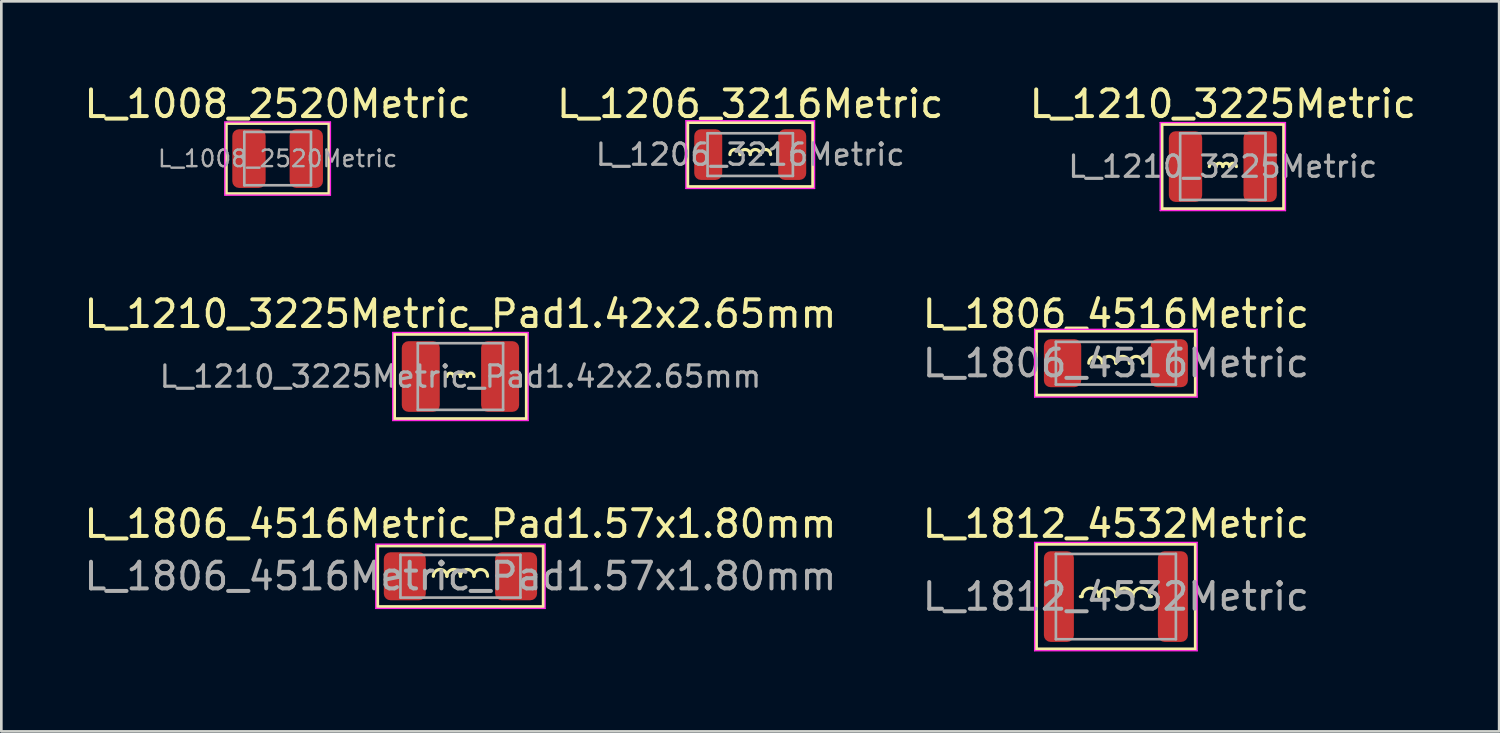
<source format=kicad_pcb>
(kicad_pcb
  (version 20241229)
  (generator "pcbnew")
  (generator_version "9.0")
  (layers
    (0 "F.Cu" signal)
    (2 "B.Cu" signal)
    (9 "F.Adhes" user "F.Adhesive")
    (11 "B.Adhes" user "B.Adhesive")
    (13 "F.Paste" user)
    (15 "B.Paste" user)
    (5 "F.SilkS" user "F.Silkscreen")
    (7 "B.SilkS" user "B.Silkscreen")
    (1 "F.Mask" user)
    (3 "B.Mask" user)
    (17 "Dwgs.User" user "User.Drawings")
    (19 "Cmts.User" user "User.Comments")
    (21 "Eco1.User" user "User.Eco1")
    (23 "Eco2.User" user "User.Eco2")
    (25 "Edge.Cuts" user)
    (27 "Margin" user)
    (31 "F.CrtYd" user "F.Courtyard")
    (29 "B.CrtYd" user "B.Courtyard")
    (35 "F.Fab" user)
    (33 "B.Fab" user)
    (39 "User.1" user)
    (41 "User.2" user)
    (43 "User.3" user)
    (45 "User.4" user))
  (footprint "L_1206_3216Metric"
    (layer "F.Cu")
    (at 25.089 2.748)
    (property "Reference" "L_1206_3216Metric" (at 0 -1.9 0) (layer "F.SilkS") (effects (font (size 1 1) (thickness 0.15))))
    (attr smd)
    (fp_line (start -2.349 -1.206) (end 2.349 -1.206) (stroke (width 0.12) (type solid)) (layer "F.SilkS"))
    (fp_line (start -2.349 1.206) (end -2.349 -1.206) (stroke (width 0.12) (type solid)) (layer "F.SilkS"))
    (fp_line (start 2.349 -1.206) (end 2.349 1.206) (stroke (width 0.12) (type solid)) (layer "F.SilkS"))
    (fp_line (start 2.349 1.206) (end -2.349 1.206) (stroke (width 0.12) (type solid)) (layer "F.SilkS"))
    (fp_arc (start -0.762 0) (mid -0.5715 -0.1905) (end -0.381 0) (stroke (width 0.12) (type solid)) (layer "F.SilkS"))
    (fp_arc (start -0.381 0) (mid -0.1905 -0.1905) (end 0 0) (stroke (width 0.12) (type solid)) (layer "F.SilkS"))
    (fp_arc (start 0 0) (mid 0.1905 -0.1905) (end 0.381 0) (stroke (width 0.12) (type solid)) (layer "F.SilkS"))
    (fp_arc (start 0.381 0) (mid 0.5715 -0.1905) (end 0.762 0) (stroke (width 0.12) (type solid)) (layer "F.SilkS"))
    (fp_line (start -2.413 -1.27) (end 2.413 -1.27) (stroke (width 0.05) (type solid)) (layer "F.CrtYd"))
    (fp_line (start -2.413 1.27) (end -2.413 -1.27) (stroke (width 0.05) (type solid)) (layer "F.CrtYd"))
    (fp_line (start 2.413 -1.27) (end 2.413 1.27) (stroke (width 0.05) (type solid)) (layer "F.CrtYd"))
    (fp_line (start 2.413 1.27) (end -2.413 1.27) (stroke (width 0.05) (type solid)) (layer "F.CrtYd"))
    (fp_line (start -1.6 -0.8) (end 1.6 -0.8) (stroke (width 0.1) (type solid)) (layer "F.Fab"))
    (fp_line (start -1.6 0.8) (end -1.6 -0.8) (stroke (width 0.1) (type solid)) (layer "F.Fab"))
    (fp_line (start 1.6 -0.8) (end 1.6 0.8) (stroke (width 0.1) (type solid)) (layer "F.Fab"))
    (fp_line (start 1.6 0.8) (end -1.6 0.8) (stroke (width 0.1) (type solid)) (layer "F.Fab"))
    (fp_text user "${REFERENCE}" (at 0 0 0) (layer "F.Fab") (effects (font (size 0.8 0.8) (thickness 0.12))))
    (pad "1" smd roundrect (at -1.575 0) (size 1.05 1.9) (layers "F.Cu" "F.Mask" "F.Paste") (roundrect_rratio 0.238))
    (pad "2" smd roundrect (at 1.575 0) (size 1.05 1.9) (layers "F.Cu" "F.Mask" "F.Paste") (roundrect_rratio 0.238)))
  (footprint "L_1806_4516Metric"
    (layer "F.Cu")
    (at 38.804 10.572)
    (property "Reference" "L_1806_4516Metric" (at 0 -1.85 0) (layer "F.SilkS") (effects (font (size 1 1) (thickness 0.15))))
    (attr smd)
    (fp_line (start -2.985 -1.206) (end 2.985 -1.206) (stroke (width 0.12) (type solid)) (layer "F.SilkS"))
    (fp_line (start -2.985 1.206) (end -2.985 -1.206) (stroke (width 0.12) (type solid)) (layer "F.SilkS"))
    (fp_line (start 2.985 -1.206) (end 2.985 1.206) (stroke (width 0.12) (type solid)) (layer "F.SilkS"))
    (fp_line (start 2.985 1.206) (end -2.985 1.206) (stroke (width 0.12) (type solid)) (layer "F.SilkS"))
    (fp_arc (start -1.016 0) (mid -0.762 -0.254) (end -0.508 0) (stroke (width 0.12) (type solid)) (layer "F.SilkS"))
    (fp_arc (start -0.508 0) (mid -0.254 -0.254) (end 0 0) (stroke (width 0.12) (type solid)) (layer "F.SilkS"))
    (fp_arc (start 0 0) (mid 0.254 -0.254) (end 0.508 0) (stroke (width 0.12) (type solid)) (layer "F.SilkS"))
    (fp_arc (start 0.508 0) (mid 0.762 -0.254) (end 1.016 0) (stroke (width 0.12) (type solid)) (layer "F.SilkS"))
    (fp_line (start -3.048 -1.27) (end 3.048 -1.27) (stroke (width 0.05) (type solid)) (layer "F.CrtYd"))
    (fp_line (start -3.048 1.27) (end -3.048 -1.27) (stroke (width 0.05) (type solid)) (layer "F.CrtYd"))
    (fp_line (start 3.048 -1.27) (end 3.048 1.27) (stroke (width 0.05) (type solid)) (layer "F.CrtYd"))
    (fp_line (start 3.048 1.27) (end -3.048 1.27) (stroke (width 0.05) (type solid)) (layer "F.CrtYd"))
    (fp_line (start -2.25 -0.8) (end 2.25 -0.8) (stroke (width 0.1) (type solid)) (layer "F.Fab"))
    (fp_line (start -2.25 0.8) (end -2.25 -0.8) (stroke (width 0.1) (type solid)) (layer "F.Fab"))
    (fp_line (start 2.25 -0.8) (end 2.25 0.8) (stroke (width 0.1) (type solid)) (layer "F.Fab"))
    (fp_line (start 2.25 0.8) (end -2.25 0.8) (stroke (width 0.1) (type solid)) (layer "F.Fab"))
    (fp_text user "${REFERENCE}" (at 0 0 0) (layer "F.Fab") (effects (font (size 1 1) (thickness 0.15))))
    (pad "1" smd roundrect (at -2 0) (size 1.4 1.8) (layers "F.Cu" "F.Mask" "F.Paste") (roundrect_rratio 0.179))
    (pad "2" smd roundrect (at 2 0) (size 1.4 1.8) (layers "F.Cu" "F.Mask" "F.Paste") (roundrect_rratio 0.179)))
  (footprint "L_1210_3225Metric"
    (layer "F.Cu")
    (at 42.815 3.198)
    (property "Reference" "L_1210_3225Metric" (at 0 -2.349 0) (layer "F.SilkS") (effects (font (size 1 1) (thickness 0.15))))
    (attr smd)
    (fp_line (start -2.286 -1.587) (end 2.286 -1.587) (stroke (width 0.12) (type solid)) (layer "F.SilkS"))
    (fp_line (start -2.286 1.587) (end -2.286 -1.587) (stroke (width 0.12) (type solid)) (layer "F.SilkS"))
    (fp_line (start 2.286 -1.587) (end 2.286 1.587) (stroke (width 0.12) (type solid)) (layer "F.SilkS"))
    (fp_line (start 2.286 1.587) (end -2.286 1.587) (stroke (width 0.12) (type solid)) (layer "F.SilkS"))
    (fp_arc (start -0.508 0) (mid -0.381 -0.127) (end -0.254 0) (stroke (width 0.12) (type solid)) (layer "F.SilkS"))
    (fp_arc (start -0.254 0) (mid -0.127 -0.127) (end 0 0) (stroke (width 0.12) (type solid)) (layer "F.SilkS"))
    (fp_arc (start 0 0) (mid 0.127 -0.127) (end 0.254 0) (stroke (width 0.12) (type solid)) (layer "F.SilkS"))
    (fp_arc (start 0.254 0) (mid 0.381 -0.127) (end 0.508 0) (stroke (width 0.12) (type solid)) (layer "F.SilkS"))
    (fp_line (start -2.349 -1.651) (end 2.349 -1.651) (stroke (width 0.05) (type solid)) (layer "F.CrtYd"))
    (fp_line (start -2.349 1.651) (end -2.349 -1.651) (stroke (width 0.05) (type solid)) (layer "F.CrtYd"))
    (fp_line (start 2.349 -1.651) (end 2.349 1.651) (stroke (width 0.05) (type solid)) (layer "F.CrtYd"))
    (fp_line (start 2.349 1.651) (end -2.349 1.651) (stroke (width 0.05) (type solid)) (layer "F.CrtYd"))
    (fp_line (start -1.6 -1.25) (end 1.6 -1.25) (stroke (width 0.1) (type solid)) (layer "F.Fab"))
    (fp_line (start -1.6 1.25) (end -1.6 -1.25) (stroke (width 0.1) (type solid)) (layer "F.Fab"))
    (fp_line (start 1.6 -1.25) (end 1.6 1.25) (stroke (width 0.1) (type solid)) (layer "F.Fab"))
    (fp_line (start 1.6 1.25) (end -1.6 1.25) (stroke (width 0.1) (type solid)) (layer "F.Fab"))
    (fp_text user "${REFERENCE}" (at 0 0 0) (layer "F.Fab") (effects (font (size 0.8 0.8) (thickness 0.12))))
    (pad "1" smd roundrect (at -1.4 0) (size 1.25 2.65) (layers "F.Cu" "F.Mask" "F.Paste") (roundrect_rratio 0.2))
    (pad "2" smd roundrect (at 1.4 0) (size 1.25 2.65) (layers "F.Cu" "F.Mask" "F.Paste") (roundrect_rratio 0.2)))
  (footprint "L_1210_3225Metric_Pad1.42x2.65mm"
    (layer "F.Cu")
    (at 14.22 11.072)
    (property "Reference" "L_1210_3225Metric_Pad1.42x2.65mm" (at 0 -2.349 0) (layer "F.SilkS") (effects (font (size 1 1) (thickness 0.15))))
    (attr smd)
    (fp_line (start -2.477 -1.587) (end 2.477 -1.587) (stroke (width 0.12) (type solid)) (layer "F.SilkS"))
    (fp_line (start -2.477 1.587) (end -2.477 -1.587) (stroke (width 0.12) (type solid)) (layer "F.SilkS"))
    (fp_line (start 2.477 -1.587) (end 2.477 1.587) (stroke (width 0.12) (type solid)) (layer "F.SilkS"))
    (fp_line (start 2.477 1.587) (end -2.477 1.587) (stroke (width 0.12) (type solid)) (layer "F.SilkS"))
    (fp_arc (start -0.508 0) (mid -0.381 -0.127) (end -0.254 0) (stroke (width 0.12) (type solid)) (layer "F.SilkS"))
    (fp_arc (start -0.254 0) (mid -0.127 -0.127) (end 0 0) (stroke (width 0.12) (type solid)) (layer "F.SilkS"))
    (fp_arc (start 0 0) (mid 0.127 -0.127) (end 0.254 0) (stroke (width 0.12) (type solid)) (layer "F.SilkS"))
    (fp_arc (start 0.254 0) (mid 0.381 -0.127) (end 0.508 0) (stroke (width 0.12) (type solid)) (layer "F.SilkS"))
    (fp_line (start -2.54 -1.651) (end 2.54 -1.651) (stroke (width 0.05) (type solid)) (layer "F.CrtYd"))
    (fp_line (start -2.54 1.651) (end -2.54 -1.651) (stroke (width 0.05) (type solid)) (layer "F.CrtYd"))
    (fp_line (start 2.54 -1.651) (end 2.54 1.651) (stroke (width 0.05) (type solid)) (layer "F.CrtYd"))
    (fp_line (start 2.54 1.651) (end -2.54 1.651) (stroke (width 0.05) (type solid)) (layer "F.CrtYd"))
    (fp_line (start -1.6 -1.25) (end 1.6 -1.25) (stroke (width 0.1) (type solid)) (layer "F.Fab"))
    (fp_line (start -1.6 1.25) (end -1.6 -1.25) (stroke (width 0.1) (type solid)) (layer "F.Fab"))
    (fp_line (start 1.6 -1.25) (end 1.6 1.25) (stroke (width 0.1) (type solid)) (layer "F.Fab"))
    (fp_line (start 1.6 1.25) (end -1.6 1.25) (stroke (width 0.1) (type solid)) (layer "F.Fab"))
    (fp_text user "${REFERENCE}" (at 0 0 0) (layer "F.Fab") (effects (font (size 0.8 0.8) (thickness 0.12))))
    (pad "1" smd roundrect (at -1.488 0) (size 1.425 2.65) (layers "F.Cu" "F.Mask" "F.Paste") (roundrect_rratio 0.175))
    (pad "2" smd roundrect (at 1.488 0) (size 1.425 2.65) (layers "F.Cu" "F.Mask" "F.Paste") (roundrect_rratio 0.175)))
  (footprint "L_1008_2520Metric"
    (layer "F.Cu")
    (at 7.363 2.898)
    (property "Reference" "L_1008_2520Metric" (at 0 -2.05 0) (layer "F.SilkS") (effects (font (size 1 1) (thickness 0.15))))
    (attr smd)
    (fp_line (start -1.93 -1.321) (end 1.93 -1.321) (stroke (width 0.12) (type solid)) (layer "F.SilkS"))
    (fp_line (start -1.93 1.321) (end -1.93 -1.321) (stroke (width 0.12) (type solid)) (layer "F.SilkS"))
    (fp_line (start 1.93 -1.321) (end 1.93 1.321) (stroke (width 0.12) (type solid)) (layer "F.SilkS"))
    (fp_line (start 1.93 1.321) (end -1.93 1.321) (stroke (width 0.12) (type solid)) (layer "F.SilkS"))
    (fp_line (start -1.981 -1.372) (end 1.981 -1.372) (stroke (width 0.05) (type solid)) (layer "F.CrtYd"))
    (fp_line (start -1.981 1.372) (end -1.981 -1.372) (stroke (width 0.05) (type solid)) (layer "F.CrtYd"))
    (fp_line (start 1.981 -1.372) (end 1.981 1.372) (stroke (width 0.05) (type solid)) (layer "F.CrtYd"))
    (fp_line (start 1.981 1.372) (end -1.981 1.372) (stroke (width 0.05) (type solid)) (layer "F.CrtYd"))
    (fp_line (start -1.25 -1) (end 1.25 -1) (stroke (width 0.1) (type solid)) (layer "F.Fab"))
    (fp_line (start -1.25 1) (end -1.25 -1) (stroke (width 0.1) (type solid)) (layer "F.Fab"))
    (fp_line (start 1.25 -1) (end 1.25 1) (stroke (width 0.1) (type solid)) (layer "F.Fab"))
    (fp_line (start 1.25 1) (end -1.25 1) (stroke (width 0.1) (type solid)) (layer "F.Fab"))
    (fp_text user "${REFERENCE}" (at 0 0 0) (layer "F.Fab") (effects (font (size 0.62 0.62) (thickness 0.09))))
    (pad "1" smd roundrect (at -1.075 0) (size 1.25 2.2) (layers "F.Cu" "F.Mask" "F.Paste") (roundrect_rratio 0.2))
    (pad "2" smd roundrect (at 1.075 0) (size 1.25 2.2) (layers "F.Cu" "F.Mask" "F.Paste") (roundrect_rratio 0.2)))
  (footprint "L_1812_4532Metric"
    (layer "F.Cu")
    (at 38.804 19.326)
    (property "Reference" "L_1812_4532Metric" (at 0 -2.731 0) (layer "F.SilkS") (effects (font (size 1 1) (thickness 0.15))))
    (attr smd)
    (fp_line (start -2.985 -1.968) (end 2.985 -1.968) (stroke (width 0.12) (type solid)) (layer "F.SilkS"))
    (fp_line (start -2.985 1.968) (end -2.985 -1.968) (stroke (width 0.12) (type solid)) (layer "F.SilkS"))
    (fp_line (start -1.333 0) (end -1.27 0) (stroke (width 0.12) (type solid)) (layer "F.SilkS"))
    (fp_line (start 1.333 0) (end 1.27 0) (stroke (width 0.12) (type solid)) (layer "F.SilkS"))
    (fp_line (start 2.985 -1.968) (end 2.985 1.968) (stroke (width 0.12) (type solid)) (layer "F.SilkS"))
    (fp_line (start 2.985 1.968) (end -2.985 1.968) (stroke (width 0.12) (type solid)) (layer "F.SilkS"))
    (fp_arc (start -1.27 0) (mid -0.9525 -0.3175) (end -0.635 0) (stroke (width 0.12) (type solid)) (layer "F.SilkS"))
    (fp_arc (start -0.635 0) (mid -0.3175 -0.3175) (end 0 0) (stroke (width 0.12) (type solid)) (layer "F.SilkS"))
    (fp_arc (start 0 0) (mid 0.3175 -0.3175) (end 0.635 0) (stroke (width 0.12) (type solid)) (layer "F.SilkS"))
    (fp_arc (start 0.635 0) (mid 0.9525 -0.3175) (end 1.27 0) (stroke (width 0.12) (type solid)) (layer "F.SilkS"))
    (fp_line (start -3.048 -2.032) (end 3.048 -2.032) (stroke (width 0.05) (type solid)) (layer "F.CrtYd"))
    (fp_line (start -3.048 2.032) (end -3.048 -2.032) (stroke (width 0.05) (type solid)) (layer "F.CrtYd"))
    (fp_line (start 3.048 -2.032) (end 3.048 2.032) (stroke (width 0.05) (type solid)) (layer "F.CrtYd"))
    (fp_line (start 3.048 2.032) (end -3.048 2.032) (stroke (width 0.05) (type solid)) (layer "F.CrtYd"))
    (fp_line (start -2.25 -1.6) (end 2.25 -1.6) (stroke (width 0.1) (type solid)) (layer "F.Fab"))
    (fp_line (start -2.25 1.6) (end -2.25 -1.6) (stroke (width 0.1) (type solid)) (layer "F.Fab"))
    (fp_line (start 2.25 -1.6) (end 2.25 1.6) (stroke (width 0.1) (type solid)) (layer "F.Fab"))
    (fp_line (start 2.25 1.6) (end -2.25 1.6) (stroke (width 0.1) (type solid)) (layer "F.Fab"))
    (fp_text user "${REFERENCE}" (at 0 0 0) (layer "F.Fab") (effects (font (size 1 1) (thickness 0.15))))
    (pad "1" smd roundrect (at -2.138 0) (size 1.125 3.4) (layers "F.Cu" "F.Mask" "F.Paste") (roundrect_rratio 0.222))
    (pad "2" smd roundrect (at 2.138 0) (size 1.125 3.4) (layers "F.Cu" "F.Mask" "F.Paste") (roundrect_rratio 0.222)))
  (footprint "L_1806_4516Metric_Pad1.57x1.80mm"
    (layer "F.Cu")
    (at 14.22 18.564)
    (property "Reference" "L_1806_4516Metric_Pad1.57x1.80mm" (at 0 -1.968 0) (layer "F.SilkS") (effects (font (size 1 1) (thickness 0.15))))
    (attr smd)
    (fp_line (start -3.111 -1.143) (end 3.111 -1.143) (stroke (width 0.12) (type solid)) (layer "F.SilkS"))
    (fp_line (start -3.111 1.143) (end -3.111 -1.143) (stroke (width 0.12) (type solid)) (layer "F.SilkS"))
    (fp_line (start 3.111 -1.143) (end 3.111 1.143) (stroke (width 0.12) (type solid)) (layer "F.SilkS"))
    (fp_line (start 3.111 1.143) (end -3.111 1.143) (stroke (width 0.12) (type solid)) (layer "F.SilkS"))
    (fp_arc (start -1.016 0) (mid -0.762 -0.254) (end -0.508 0) (stroke (width 0.12) (type solid)) (layer "F.SilkS"))
    (fp_arc (start -0.508 0) (mid -0.254 -0.254) (end 0 0) (stroke (width 0.12) (type solid)) (layer "F.SilkS"))
    (fp_arc (start 0 0) (mid 0.254 -0.254) (end 0.508 0) (stroke (width 0.12) (type solid)) (layer "F.SilkS"))
    (fp_arc (start 0.508 0) (mid 0.762 -0.254) (end 1.016 0) (stroke (width 0.12) (type solid)) (layer "F.SilkS"))
    (fp_line (start -3.175 -1.206) (end 3.175 -1.206) (stroke (width 0.05) (type solid)) (layer "F.CrtYd"))
    (fp_line (start -3.175 1.206) (end -3.175 -1.206) (stroke (width 0.05) (type solid)) (layer "F.CrtYd"))
    (fp_line (start 3.175 -1.206) (end 3.175 1.206) (stroke (width 0.05) (type solid)) (layer "F.CrtYd"))
    (fp_line (start 3.175 1.206) (end -3.175 1.206) (stroke (width 0.05) (type solid)) (layer "F.CrtYd"))
    (fp_line (start -2.25 -0.8) (end 2.25 -0.8) (stroke (width 0.1) (type solid)) (layer "F.Fab"))
    (fp_line (start -2.25 0.8) (end -2.25 -0.8) (stroke (width 0.1) (type solid)) (layer "F.Fab"))
    (fp_line (start 2.25 -0.8) (end 2.25 0.8) (stroke (width 0.1) (type solid)) (layer "F.Fab"))
    (fp_line (start 2.25 0.8) (end -2.25 0.8) (stroke (width 0.1) (type solid)) (layer "F.Fab"))
    (fp_text user "${REFERENCE}" (at 0 0 0) (layer "F.Fab") (effects (font (size 1 1) (thickness 0.15))))
    (pad "1" smd roundrect (at -2.087 0) (size 1.575 1.8) (layers "F.Cu" "F.Mask" "F.Paste") (roundrect_rratio 0.159))
    (pad "2" smd roundrect (at 2.087 0) (size 1.575 1.8) (layers "F.Cu" "F.Mask" "F.Paste") (roundrect_rratio 0.159)))
  (gr_rect
    (start -3 -3)
    (end 53.179 24.383)
    (stroke (width 0.1) (type default))
    (fill no)
    (layer "Edge.Cuts")))
</source>
